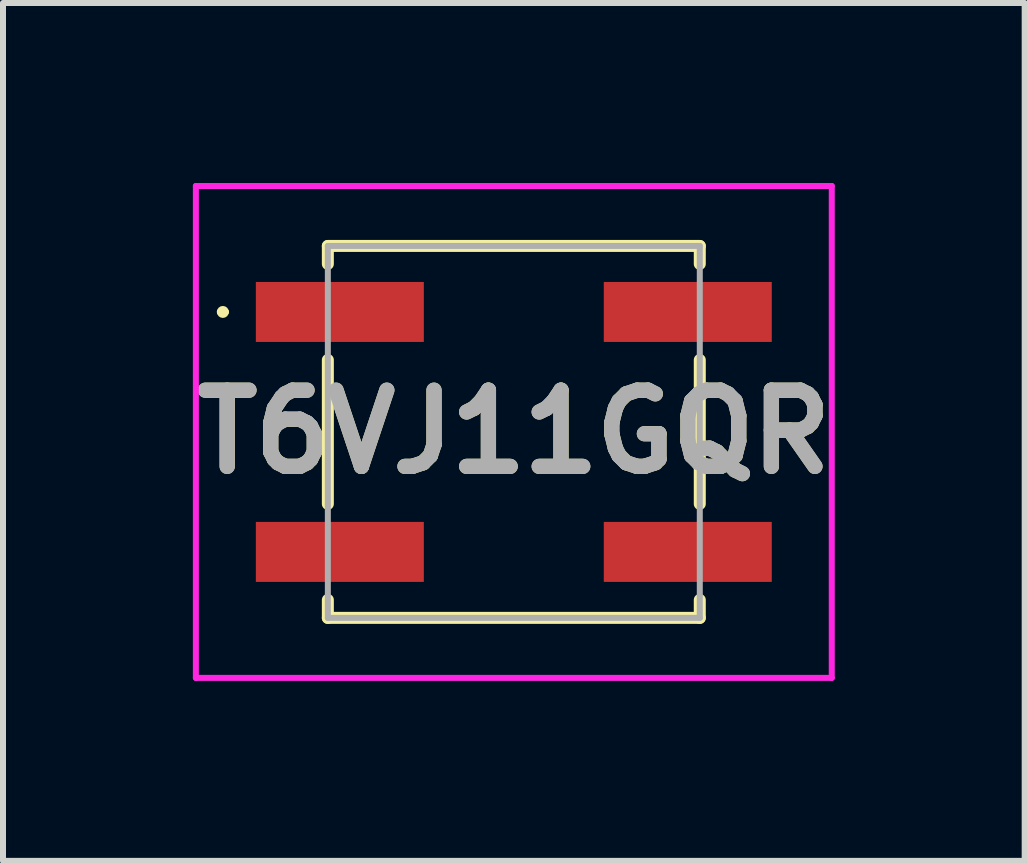
<source format=kicad_pcb>
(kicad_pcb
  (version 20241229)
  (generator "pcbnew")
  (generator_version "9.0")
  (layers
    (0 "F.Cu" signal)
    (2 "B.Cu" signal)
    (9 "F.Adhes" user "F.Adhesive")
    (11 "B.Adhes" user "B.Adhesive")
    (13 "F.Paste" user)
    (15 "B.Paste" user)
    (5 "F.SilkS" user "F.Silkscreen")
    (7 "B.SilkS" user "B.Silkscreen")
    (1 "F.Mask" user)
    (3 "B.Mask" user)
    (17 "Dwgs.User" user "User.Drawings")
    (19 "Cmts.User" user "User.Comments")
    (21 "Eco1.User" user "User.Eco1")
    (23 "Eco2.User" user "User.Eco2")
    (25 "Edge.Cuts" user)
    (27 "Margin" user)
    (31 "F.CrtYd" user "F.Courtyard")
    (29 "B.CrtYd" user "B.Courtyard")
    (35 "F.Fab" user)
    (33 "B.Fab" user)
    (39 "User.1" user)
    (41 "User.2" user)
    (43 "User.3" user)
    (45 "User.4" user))
  (footprint "T6VJ11GQR"
    (layer "F.Cu")
    (at 5.515 4.15)
    (property "Reference" "T6VJ11GQR" (at 0 0 0) (layer "F.SilkS") (effects (font (size 1.27 1.27) (thickness 0.254))))
    (attr smd)
    (fp_line (start -4.9 -2) (end -4.9 -2) (stroke (width 0.1) (type solid)) (layer "F.SilkS"))
    (fp_line (start -4.8 -2) (end -4.8 -2) (stroke (width 0.1) (type solid)) (layer "F.SilkS"))
    (fp_line (start -3.1 -3.1) (end 3.1 -3.1) (stroke (width 0.2) (type solid)) (layer "F.SilkS"))
    (fp_line (start -3.1 -2.8) (end -3.1 -3.1) (stroke (width 0.2) (type solid)) (layer "F.SilkS"))
    (fp_line (start -3.1 1.2) (end -3.1 -1.2) (stroke (width 0.2) (type solid)) (layer "F.SilkS"))
    (fp_line (start -3.1 3.1) (end -3.1 2.8) (stroke (width 0.2) (type solid)) (layer "F.SilkS"))
    (fp_line (start 3.1 -3.1) (end 3.1 -2.8) (stroke (width 0.2) (type solid)) (layer "F.SilkS"))
    (fp_line (start 3.1 -1.2) (end 3.1 1.2) (stroke (width 0.2) (type solid)) (layer "F.SilkS"))
    (fp_line (start 3.1 2.8) (end 3.1 3.1) (stroke (width 0.2) (type solid)) (layer "F.SilkS"))
    (fp_line (start 3.1 3.1) (end -3.1 3.1) (stroke (width 0.2) (type solid)) (layer "F.SilkS"))
    (fp_arc (start -4.9 -2) (mid -4.85 -2.05) (end -4.8 -2) (stroke (width 0.1) (type solid)) (layer "F.SilkS"))
    (fp_arc (start -4.8 -2) (mid -4.85 -1.95) (end -4.9 -2) (stroke (width 0.1) (type solid)) (layer "F.SilkS"))
    (fp_line (start -5.3 -4.1) (end 5.3 -4.1) (stroke (width 0.1) (type solid)) (layer "F.CrtYd"))
    (fp_line (start -5.3 4.1) (end -5.3 -4.1) (stroke (width 0.1) (type solid)) (layer "F.CrtYd"))
    (fp_line (start 5.3 -4.1) (end 5.3 4.1) (stroke (width 0.1) (type solid)) (layer "F.CrtYd"))
    (fp_line (start 5.3 4.1) (end -5.3 4.1) (stroke (width 0.1) (type solid)) (layer "F.CrtYd"))
    (fp_line (start -3.1 -3.1) (end 3.1 -3.1) (stroke (width 0.1) (type solid)) (layer "F.Fab"))
    (fp_line (start -3.1 3.1) (end -3.1 -3.1) (stroke (width 0.1) (type solid)) (layer "F.Fab"))
    (fp_line (start 3.1 -3.1) (end 3.1 3.1) (stroke (width 0.1) (type solid)) (layer "F.Fab"))
    (fp_line (start 3.1 3.1) (end -3.1 3.1) (stroke (width 0.1) (type solid)) (layer "F.Fab"))
    (fp_text user "${REFERENCE}" (at 0 0 0) (layer "F.Fab") (effects (font (size 1.27 1.27) (thickness 0.254))))
    (pad "1" smd rect (at -2.9 -2 90) (size 1 2.8) (layers "F.Cu" "F.Mask" "F.Paste"))
    (pad "2" smd rect (at 2.9 -2 90) (size 1 2.8) (layers "F.Cu" "F.Mask" "F.Paste"))
    (pad "3" smd rect (at -2.9 2 90) (size 1 2.8) (layers "F.Cu" "F.Mask" "F.Paste"))
    (pad "4" smd rect (at 2.9 2 90) (size 1 2.8) (layers "F.Cu" "F.Mask" "F.Paste")))
  (gr_rect
    (start -3 -3)
    (end 14.031 11.3)
    (stroke (width 0.1) (type default))
    (fill no)
    (layer "Edge.Cuts")))
</source>
